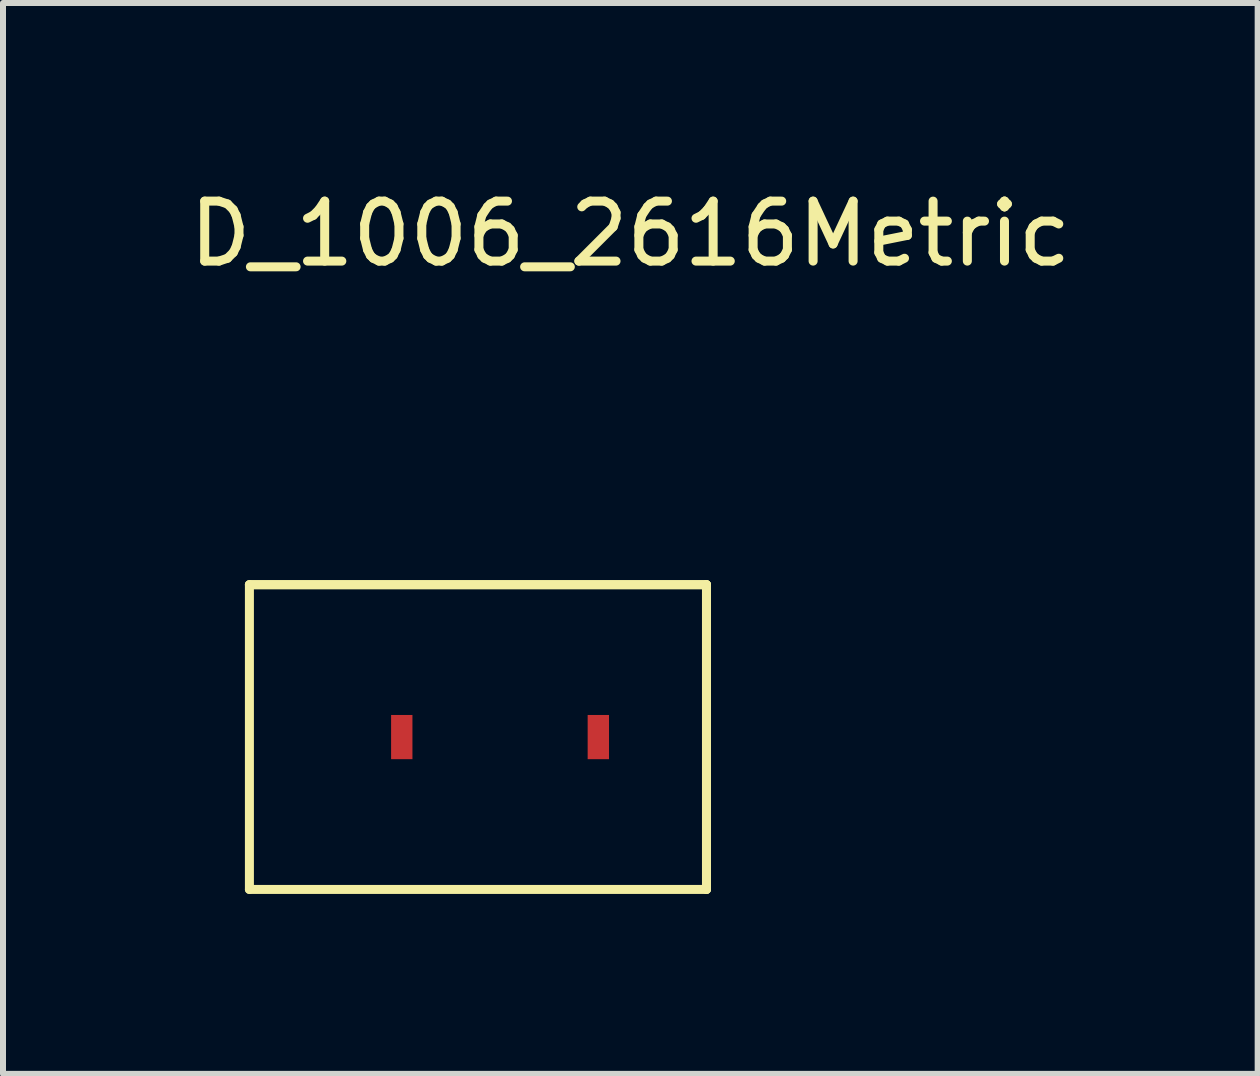
<source format=kicad_pcb>
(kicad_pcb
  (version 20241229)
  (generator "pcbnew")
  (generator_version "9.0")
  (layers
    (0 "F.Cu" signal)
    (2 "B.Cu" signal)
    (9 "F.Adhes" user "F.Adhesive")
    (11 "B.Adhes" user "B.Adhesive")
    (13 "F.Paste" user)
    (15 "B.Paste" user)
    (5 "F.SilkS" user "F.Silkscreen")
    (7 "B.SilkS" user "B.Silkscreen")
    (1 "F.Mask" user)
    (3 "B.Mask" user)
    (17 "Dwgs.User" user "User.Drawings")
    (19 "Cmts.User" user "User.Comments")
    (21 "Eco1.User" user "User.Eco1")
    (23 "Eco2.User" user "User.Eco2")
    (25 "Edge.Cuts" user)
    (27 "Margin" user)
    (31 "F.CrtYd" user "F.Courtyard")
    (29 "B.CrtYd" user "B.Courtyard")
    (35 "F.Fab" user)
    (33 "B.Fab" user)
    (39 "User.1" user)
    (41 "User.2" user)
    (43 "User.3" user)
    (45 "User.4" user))
  (footprint "D_1006_2616Metric"
    (layer "F.Cu")
    (at 6.188 10.508)
    (property "Reference" "D_1006_2616Metric" (at 1.27 -9.66 0) (layer "F.SilkS") (effects (font (size 1 1) (thickness 0.15))))
    (attr through_hole)
    (fp_line (start -5.08 -3.81) (end -5.08 1.27) (stroke (width 0.15) (type solid)) (layer "F.SilkS"))
    (fp_line (start -5.08 -3.81) (end 2.54 -3.81) (stroke (width 0.15) (type solid)) (layer "F.SilkS"))
    (fp_line (start -5.08 1.27) (end 2.54 1.27) (stroke (width 0.15) (type solid)) (layer "F.SilkS"))
    (fp_line (start 2.54 -3.81) (end -5.08 -3.81) (stroke (width 0.15) (type solid)) (layer "F.SilkS"))
    (fp_line (start 2.54 -3.81) (end 2.54 1.27) (stroke (width 0.15) (type solid)) (layer "F.SilkS"))
    (fp_line (start 2.54 1.27) (end 2.54 -3.81) (stroke (width 0.15) (type solid)) (layer "F.SilkS"))
    (pad "1" smd rect (at -2.54 -1.27 90) (size 0.737 0.356) (layers "F.Cu" "F.Mask" "F.Paste"))
    (pad "1" smd rect (at 0.737 -1.27 90) (size 0.737 0.356) (layers "F.Cu" "F.Mask" "F.Paste")))
  (gr_rect
    (start -3 -3)
    (end 17.917 14.853)
    (stroke (width 0.1) (type default))
    (fill no)
    (layer "Edge.Cuts")))
</source>
